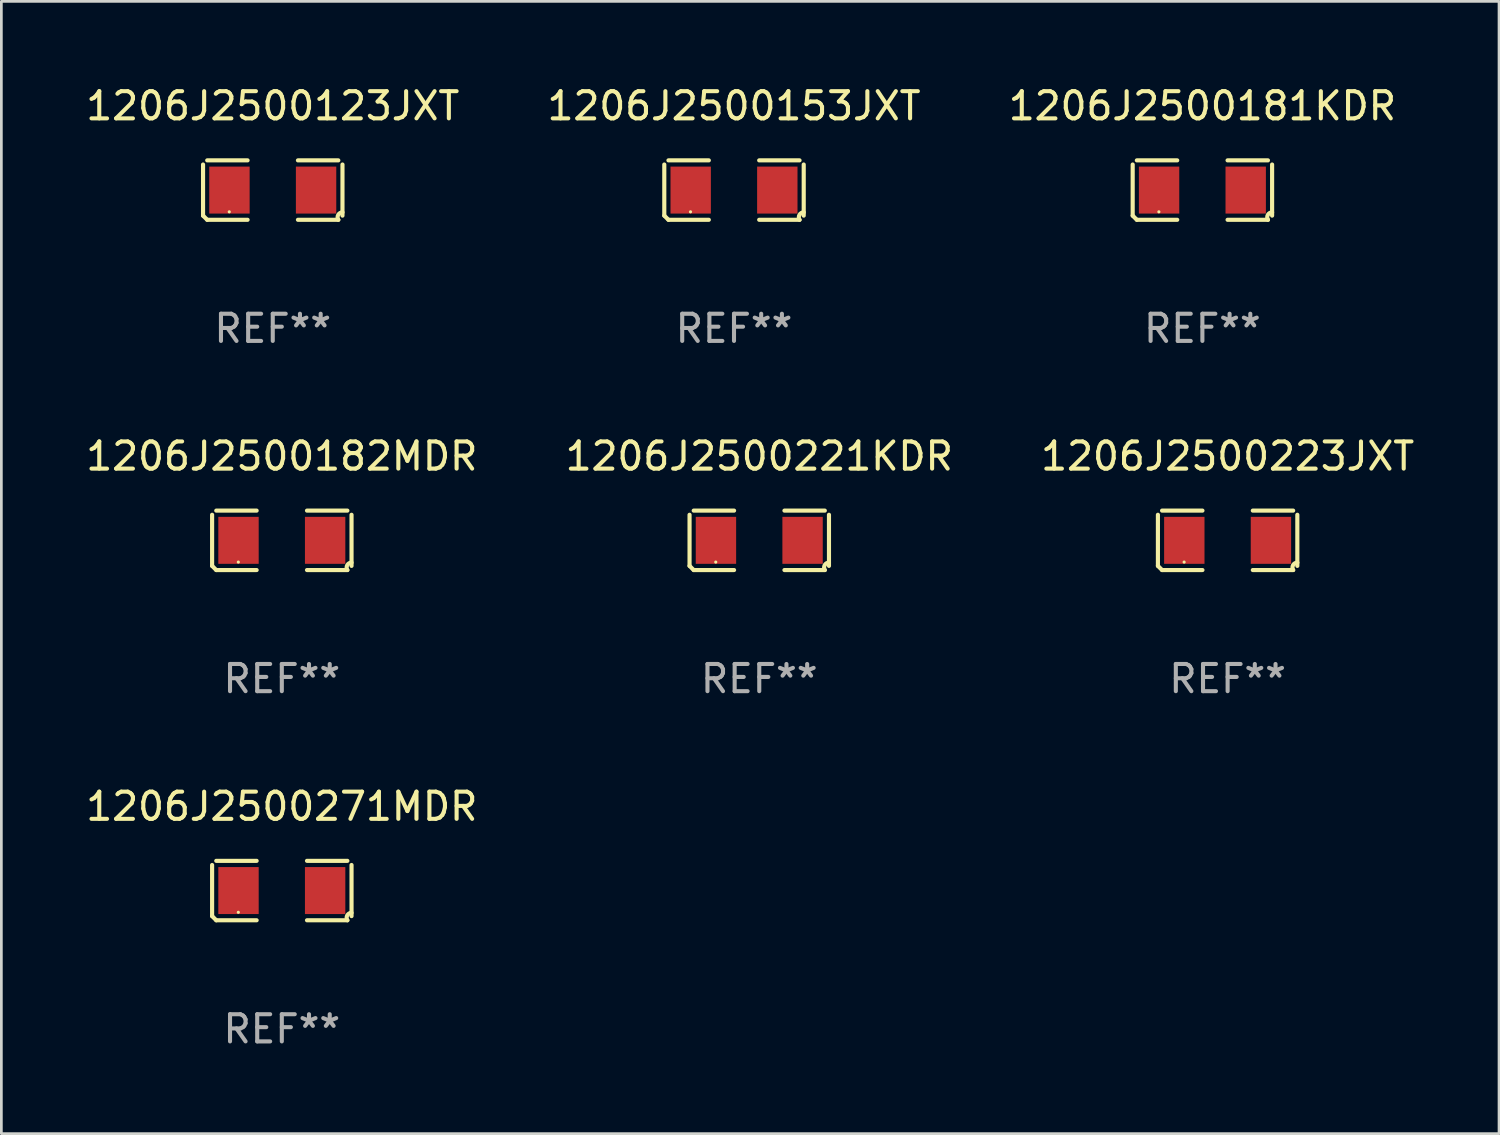
<source format=kicad_pcb>
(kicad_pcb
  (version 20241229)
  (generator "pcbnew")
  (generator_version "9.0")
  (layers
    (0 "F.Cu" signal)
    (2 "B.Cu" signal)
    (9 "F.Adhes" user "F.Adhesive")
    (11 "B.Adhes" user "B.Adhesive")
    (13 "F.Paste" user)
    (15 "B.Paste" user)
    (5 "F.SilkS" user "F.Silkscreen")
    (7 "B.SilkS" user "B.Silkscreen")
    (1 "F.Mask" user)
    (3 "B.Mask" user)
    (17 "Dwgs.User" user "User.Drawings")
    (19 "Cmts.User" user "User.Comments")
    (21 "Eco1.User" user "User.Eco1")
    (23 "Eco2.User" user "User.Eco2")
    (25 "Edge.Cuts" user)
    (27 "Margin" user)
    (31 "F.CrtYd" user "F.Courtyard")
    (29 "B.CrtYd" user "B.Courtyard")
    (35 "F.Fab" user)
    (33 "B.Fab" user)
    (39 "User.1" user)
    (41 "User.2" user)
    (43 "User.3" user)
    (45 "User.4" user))
  (footprint "1206J2500223JXT"
    (layer "F.Cu")
    (at 42.101 16.823)
    (property "Reference" "1206J2500223JXT" (at 0 -3.093 0) (layer "F.SilkS") (effects (font (size 1 1) (thickness 0.15))))
    (attr through_hole)
    (fp_line (start -2.564 0.94) (end -2.564 -0.94) (stroke (width 0.152) (type solid)) (layer "F.SilkS"))
    (fp_line (start -2.411 -1.093) (end -0.926 -1.093) (stroke (width 0.152) (type solid)) (layer "F.SilkS"))
    (fp_line (start -0.926 1.093) (end -2.411 1.093) (stroke (width 0.152) (type solid)) (layer "F.SilkS"))
    (fp_line (start 0.926 1.093) (end 2.411 1.093) (stroke (width 0.152) (type solid)) (layer "F.SilkS"))
    (fp_line (start 2.411 -1.093) (end 0.926 -1.093) (stroke (width 0.152) (type solid)) (layer "F.SilkS"))
    (fp_line (start 2.564 0.94) (end 2.564 -0.94) (stroke (width 0.152) (type solid)) (layer "F.SilkS"))
    (fp_arc (start -2.411201 1.092609) (mid -2.487413 1.01642) (end -2.563602 0.940208) (stroke (width 0.1524) (type solid)) (layer "F.SilkS"))
    (fp_arc (start 2.411201 1.092609) (mid 2.407159 0.911226) (end 2.563602 0.819347) (stroke (width 0.1524) (type solid)) (layer "F.SilkS"))
    (fp_circle (center -1.6 0.8) (end -1.57 0.8) (stroke (width 0.06) (type solid)) (fill no) (layer "F.SilkS"))
    (fp_text user "REF**" (at 0 5.093 0) (layer "F.Fab") (effects (font (size 1 1) (thickness 0.15))))
    (pad "1" smd rect (at -1.593 0) (size 1.485 1.728) (layers "F.Cu" "F.Mask" "F.Paste"))
    (pad "2" smd rect (at 1.593 0) (size 1.485 1.728) (layers "F.Cu" "F.Mask" "F.Paste")))
  (footprint "1206J2500271MDR"
    (layer "F.Cu")
    (at 7.315 29.704)
    (property "Reference" "1206J2500271MDR" (at 0 -3.093 0) (layer "F.SilkS") (effects (font (size 1 1) (thickness 0.15))))
    (attr through_hole)
    (fp_line (start -2.564 0.94) (end -2.564 -0.94) (stroke (width 0.152) (type solid)) (layer "F.SilkS"))
    (fp_line (start -2.411 -1.093) (end -0.926 -1.093) (stroke (width 0.152) (type solid)) (layer "F.SilkS"))
    (fp_line (start -0.926 1.093) (end -2.411 1.093) (stroke (width 0.152) (type solid)) (layer "F.SilkS"))
    (fp_line (start 0.926 1.093) (end 2.411 1.093) (stroke (width 0.152) (type solid)) (layer "F.SilkS"))
    (fp_line (start 2.411 -1.093) (end 0.926 -1.093) (stroke (width 0.152) (type solid)) (layer "F.SilkS"))
    (fp_line (start 2.564 0.94) (end 2.564 -0.94) (stroke (width 0.152) (type solid)) (layer "F.SilkS"))
    (fp_arc (start -2.411201 1.092609) (mid -2.487413 1.01642) (end -2.563602 0.940208) (stroke (width 0.1524) (type solid)) (layer "F.SilkS"))
    (fp_arc (start 2.411201 1.092609) (mid 2.407159 0.911226) (end 2.563602 0.819347) (stroke (width 0.1524) (type solid)) (layer "F.SilkS"))
    (fp_circle (center -1.6 0.8) (end -1.57 0.8) (stroke (width 0.06) (type solid)) (fill no) (layer "F.SilkS"))
    (fp_text user "REF**" (at 0 5.093 0) (layer "F.Fab") (effects (font (size 1 1) (thickness 0.15))))
    (pad "1" smd rect (at -1.593 0) (size 1.485 1.728) (layers "F.Cu" "F.Mask" "F.Paste"))
    (pad "2" smd rect (at 1.593 0) (size 1.485 1.728) (layers "F.Cu" "F.Mask" "F.Paste")))
  (footprint "1206J2500221KDR"
    (layer "F.Cu")
    (at 24.875 16.823)
    (property "Reference" "1206J2500221KDR" (at 0 -3.093 0) (layer "F.SilkS") (effects (font (size 1 1) (thickness 0.15))))
    (attr through_hole)
    (fp_line (start -2.564 0.94) (end -2.564 -0.94) (stroke (width 0.152) (type solid)) (layer "F.SilkS"))
    (fp_line (start -2.411 -1.093) (end -0.926 -1.093) (stroke (width 0.152) (type solid)) (layer "F.SilkS"))
    (fp_line (start -0.926 1.093) (end -2.411 1.093) (stroke (width 0.152) (type solid)) (layer "F.SilkS"))
    (fp_line (start 0.926 1.093) (end 2.411 1.093) (stroke (width 0.152) (type solid)) (layer "F.SilkS"))
    (fp_line (start 2.411 -1.093) (end 0.926 -1.093) (stroke (width 0.152) (type solid)) (layer "F.SilkS"))
    (fp_line (start 2.564 0.94) (end 2.564 -0.94) (stroke (width 0.152) (type solid)) (layer "F.SilkS"))
    (fp_arc (start -2.411201 1.092609) (mid -2.487413 1.01642) (end -2.563602 0.940208) (stroke (width 0.1524) (type solid)) (layer "F.SilkS"))
    (fp_arc (start 2.411201 1.092609) (mid 2.407159 0.911226) (end 2.563602 0.819347) (stroke (width 0.1524) (type solid)) (layer "F.SilkS"))
    (fp_circle (center -1.6 0.8) (end -1.57 0.8) (stroke (width 0.06) (type solid)) (fill no) (layer "F.SilkS"))
    (fp_text user "REF**" (at 0 5.093 0) (layer "F.Fab") (effects (font (size 1 1) (thickness 0.15))))
    (pad "1" smd rect (at -1.593 0) (size 1.485 1.728) (layers "F.Cu" "F.Mask" "F.Paste"))
    (pad "2" smd rect (at 1.593 0) (size 1.485 1.728) (layers "F.Cu" "F.Mask" "F.Paste")))
  (footprint "1206J2500153JXT"
    (layer "F.Cu")
    (at 23.946 3.941)
    (property "Reference" "1206J2500153JXT" (at 0 -3.093 0) (layer "F.SilkS") (effects (font (size 1 1) (thickness 0.15))))
    (attr through_hole)
    (fp_line (start -2.564 0.94) (end -2.564 -0.94) (stroke (width 0.152) (type solid)) (layer "F.SilkS"))
    (fp_line (start -2.411 -1.093) (end -0.926 -1.093) (stroke (width 0.152) (type solid)) (layer "F.SilkS"))
    (fp_line (start -0.926 1.093) (end -2.411 1.093) (stroke (width 0.152) (type solid)) (layer "F.SilkS"))
    (fp_line (start 0.926 1.093) (end 2.411 1.093) (stroke (width 0.152) (type solid)) (layer "F.SilkS"))
    (fp_line (start 2.411 -1.093) (end 0.926 -1.093) (stroke (width 0.152) (type solid)) (layer "F.SilkS"))
    (fp_line (start 2.564 0.94) (end 2.564 -0.94) (stroke (width 0.152) (type solid)) (layer "F.SilkS"))
    (fp_arc (start -2.411201 1.092609) (mid -2.487413 1.01642) (end -2.563602 0.940208) (stroke (width 0.1524) (type solid)) (layer "F.SilkS"))
    (fp_arc (start 2.411201 1.092609) (mid 2.407159 0.911226) (end 2.563602 0.819347) (stroke (width 0.1524) (type solid)) (layer "F.SilkS"))
    (fp_circle (center -1.6 0.8) (end -1.57 0.8) (stroke (width 0.06) (type solid)) (fill no) (layer "F.SilkS"))
    (fp_text user "REF**" (at 0 5.093 0) (layer "F.Fab") (effects (font (size 1 1) (thickness 0.15))))
    (pad "1" smd rect (at -1.593 0) (size 1.485 1.728) (layers "F.Cu" "F.Mask" "F.Paste"))
    (pad "2" smd rect (at 1.593 0) (size 1.485 1.728) (layers "F.Cu" "F.Mask" "F.Paste")))
  (footprint "1206J2500181KDR"
    (layer "F.Cu")
    (at 41.173 3.941)
    (property "Reference" "1206J2500181KDR" (at 0 -3.093 0) (layer "F.SilkS") (effects (font (size 1 1) (thickness 0.15))))
    (attr through_hole)
    (fp_line (start -2.564 0.94) (end -2.564 -0.94) (stroke (width 0.152) (type solid)) (layer "F.SilkS"))
    (fp_line (start -2.411 -1.093) (end -0.926 -1.093) (stroke (width 0.152) (type solid)) (layer "F.SilkS"))
    (fp_line (start -0.926 1.093) (end -2.411 1.093) (stroke (width 0.152) (type solid)) (layer "F.SilkS"))
    (fp_line (start 0.926 1.093) (end 2.411 1.093) (stroke (width 0.152) (type solid)) (layer "F.SilkS"))
    (fp_line (start 2.411 -1.093) (end 0.926 -1.093) (stroke (width 0.152) (type solid)) (layer "F.SilkS"))
    (fp_line (start 2.564 0.94) (end 2.564 -0.94) (stroke (width 0.152) (type solid)) (layer "F.SilkS"))
    (fp_arc (start -2.411201 1.092609) (mid -2.487413 1.01642) (end -2.563602 0.940208) (stroke (width 0.1524) (type solid)) (layer "F.SilkS"))
    (fp_arc (start 2.411201 1.092609) (mid 2.407159 0.911226) (end 2.563602 0.819347) (stroke (width 0.1524) (type solid)) (layer "F.SilkS"))
    (fp_circle (center -1.6 0.8) (end -1.57 0.8) (stroke (width 0.06) (type solid)) (fill no) (layer "F.SilkS"))
    (fp_text user "REF**" (at 0 5.093 0) (layer "F.Fab") (effects (font (size 1 1) (thickness 0.15))))
    (pad "1" smd rect (at -1.593 0) (size 1.485 1.728) (layers "F.Cu" "F.Mask" "F.Paste"))
    (pad "2" smd rect (at 1.593 0) (size 1.485 1.728) (layers "F.Cu" "F.Mask" "F.Paste")))
  (footprint "1206J2500182MDR"
    (layer "F.Cu")
    (at 7.315 16.823)
    (property "Reference" "1206J2500182MDR" (at 0 -3.093 0) (layer "F.SilkS") (effects (font (size 1 1) (thickness 0.15))))
    (attr through_hole)
    (fp_line (start -2.564 0.94) (end -2.564 -0.94) (stroke (width 0.152) (type solid)) (layer "F.SilkS"))
    (fp_line (start -2.411 -1.093) (end -0.926 -1.093) (stroke (width 0.152) (type solid)) (layer "F.SilkS"))
    (fp_line (start -0.926 1.093) (end -2.411 1.093) (stroke (width 0.152) (type solid)) (layer "F.SilkS"))
    (fp_line (start 0.926 1.093) (end 2.411 1.093) (stroke (width 0.152) (type solid)) (layer "F.SilkS"))
    (fp_line (start 2.411 -1.093) (end 0.926 -1.093) (stroke (width 0.152) (type solid)) (layer "F.SilkS"))
    (fp_line (start 2.564 0.94) (end 2.564 -0.94) (stroke (width 0.152) (type solid)) (layer "F.SilkS"))
    (fp_arc (start -2.411201 1.092609) (mid -2.487413 1.01642) (end -2.563602 0.940208) (stroke (width 0.1524) (type solid)) (layer "F.SilkS"))
    (fp_arc (start 2.411201 1.092609) (mid 2.407159 0.911226) (end 2.563602 0.819347) (stroke (width 0.1524) (type solid)) (layer "F.SilkS"))
    (fp_circle (center -1.6 0.8) (end -1.57 0.8) (stroke (width 0.06) (type solid)) (fill no) (layer "F.SilkS"))
    (fp_text user "REF**" (at 0 5.093 0) (layer "F.Fab") (effects (font (size 1 1) (thickness 0.15))))
    (pad "1" smd rect (at -1.593 0) (size 1.485 1.728) (layers "F.Cu" "F.Mask" "F.Paste"))
    (pad "2" smd rect (at 1.593 0) (size 1.485 1.728) (layers "F.Cu" "F.Mask" "F.Paste")))
  (footprint "1206J2500123JXT"
    (layer "F.Cu")
    (at 6.982 3.941)
    (property "Reference" "1206J2500123JXT" (at 0 -3.093 0) (layer "F.SilkS") (effects (font (size 1 1) (thickness 0.15))))
    (attr through_hole)
    (fp_line (start -2.564 0.94) (end -2.564 -0.94) (stroke (width 0.152) (type solid)) (layer "F.SilkS"))
    (fp_line (start -2.411 -1.093) (end -0.926 -1.093) (stroke (width 0.152) (type solid)) (layer "F.SilkS"))
    (fp_line (start -0.926 1.093) (end -2.411 1.093) (stroke (width 0.152) (type solid)) (layer "F.SilkS"))
    (fp_line (start 0.926 1.093) (end 2.411 1.093) (stroke (width 0.152) (type solid)) (layer "F.SilkS"))
    (fp_line (start 2.411 -1.093) (end 0.926 -1.093) (stroke (width 0.152) (type solid)) (layer "F.SilkS"))
    (fp_line (start 2.564 0.94) (end 2.564 -0.94) (stroke (width 0.152) (type solid)) (layer "F.SilkS"))
    (fp_arc (start -2.411201 1.092609) (mid -2.487413 1.01642) (end -2.563602 0.940208) (stroke (width 0.1524) (type solid)) (layer "F.SilkS"))
    (fp_arc (start 2.411201 1.092609) (mid 2.407159 0.911226) (end 2.563602 0.819347) (stroke (width 0.1524) (type solid)) (layer "F.SilkS"))
    (fp_circle (center -1.6 0.8) (end -1.57 0.8) (stroke (width 0.06) (type solid)) (fill no) (layer "F.SilkS"))
    (fp_text user "REF**" (at 0 5.093 0) (layer "F.Fab") (effects (font (size 1 1) (thickness 0.15))))
    (pad "1" smd rect (at -1.593 0) (size 1.485 1.728) (layers "F.Cu" "F.Mask" "F.Paste"))
    (pad "2" smd rect (at 1.593 0) (size 1.485 1.728) (layers "F.Cu" "F.Mask" "F.Paste")))
  (gr_rect
    (start -3 -3)
    (end 52.083 38.645)
    (stroke (width 0.1) (type default))
    (fill no)
    (layer "Edge.Cuts")))
</source>
